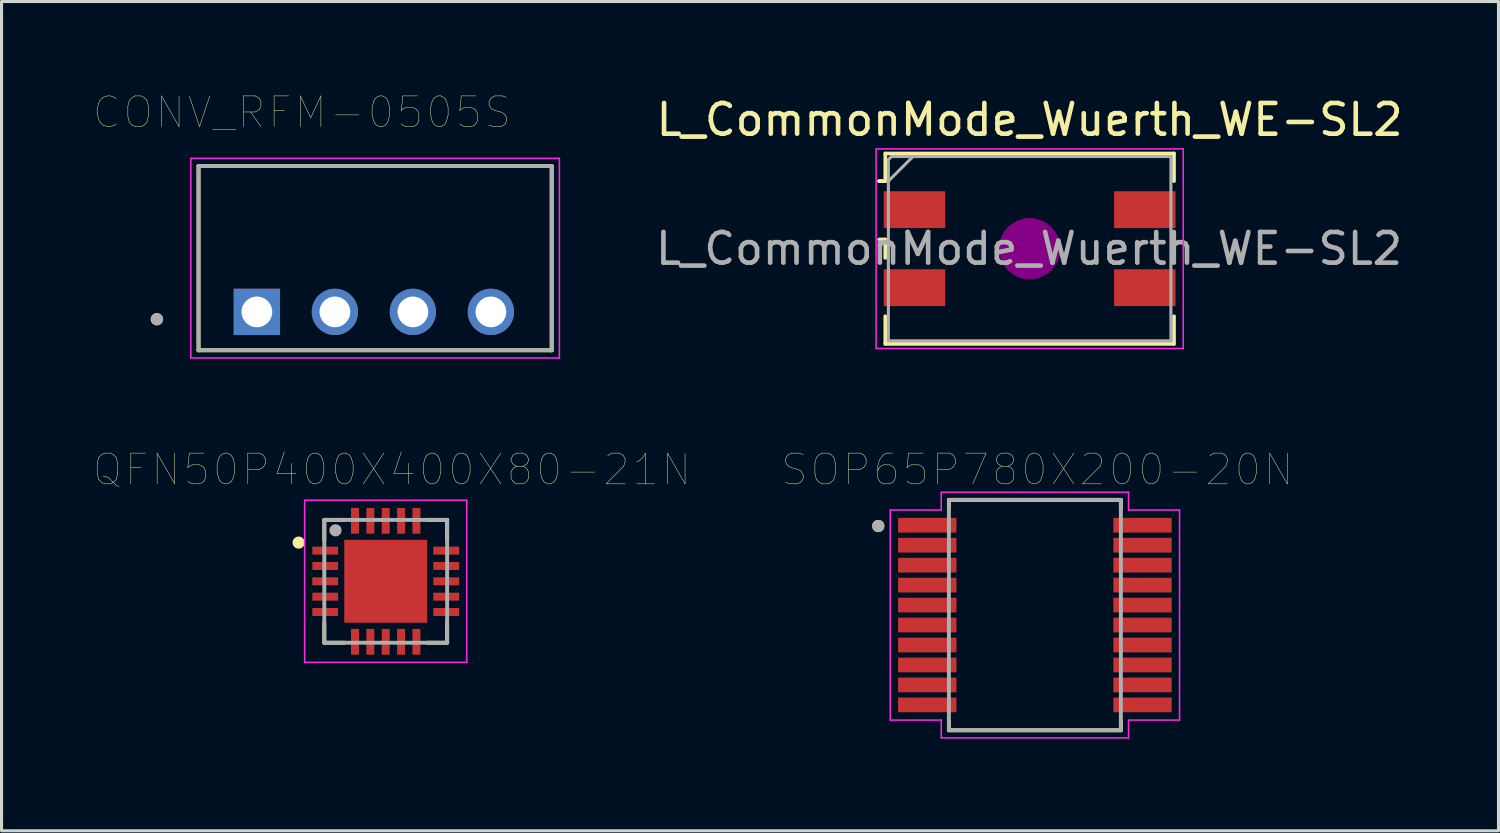
<source format=kicad_pcb>
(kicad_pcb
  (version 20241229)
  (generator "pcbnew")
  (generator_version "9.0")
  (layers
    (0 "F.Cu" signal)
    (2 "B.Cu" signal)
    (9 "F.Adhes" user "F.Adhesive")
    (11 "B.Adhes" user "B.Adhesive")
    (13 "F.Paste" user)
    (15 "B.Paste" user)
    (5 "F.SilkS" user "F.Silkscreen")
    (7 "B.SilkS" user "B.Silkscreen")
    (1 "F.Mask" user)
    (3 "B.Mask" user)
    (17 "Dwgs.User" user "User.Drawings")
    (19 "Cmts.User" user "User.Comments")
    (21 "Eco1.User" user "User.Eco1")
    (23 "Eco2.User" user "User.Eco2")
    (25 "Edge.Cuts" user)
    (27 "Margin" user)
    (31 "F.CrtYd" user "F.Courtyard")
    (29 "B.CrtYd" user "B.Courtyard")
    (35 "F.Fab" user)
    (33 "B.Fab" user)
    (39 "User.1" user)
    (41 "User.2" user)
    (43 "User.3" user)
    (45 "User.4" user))
  (footprint "SOP65P780X200-20N"
    (layer "F.Cu")
    (at 30.649 16.978)
    (property "Reference" "SOP65P780X200-20N" (at 0.075 -4.735 0) (layer "F.SilkS") (effects (font (size 1 1) (thickness 0.015))))
    (attr through_hole)
    (fp_line (start -2.8 -3.75) (end 2.8 -3.75) (stroke (width 0.127) (type solid)) (layer "F.SilkS"))
    (fp_line (start -2.8 -3.47) (end -2.8 -3.75) (stroke (width 0.127) (type solid)) (layer "F.SilkS"))
    (fp_line (start -2.8 3.75) (end -2.8 3.47) (stroke (width 0.127) (type solid)) (layer "F.SilkS"))
    (fp_line (start 2.8 -3.75) (end 2.8 -3.47) (stroke (width 0.127) (type solid)) (layer "F.SilkS"))
    (fp_line (start 2.8 3.47) (end 2.8 3.75) (stroke (width 0.127) (type solid)) (layer "F.SilkS"))
    (fp_line (start 2.8 3.75) (end -2.8 3.75) (stroke (width 0.127) (type solid)) (layer "F.SilkS"))
    (fp_circle (center -5.1 -2.9) (end -5 -2.9) (stroke (width 0.2) (type solid)) (fill no) (layer "F.SilkS"))
    (fp_line (start -4.71 -3.42) (end -3.05 -3.42) (stroke (width 0.05) (type solid)) (layer "F.CrtYd"))
    (fp_line (start -4.71 3.42) (end -4.71 -3.42) (stroke (width 0.05) (type solid)) (layer "F.CrtYd"))
    (fp_line (start -3.05 -4) (end 3.05 -4) (stroke (width 0.05) (type solid)) (layer "F.CrtYd"))
    (fp_line (start -3.05 -3.42) (end -3.05 -4) (stroke (width 0.05) (type solid)) (layer "F.CrtYd"))
    (fp_line (start -3.05 3.42) (end -4.71 3.42) (stroke (width 0.05) (type solid)) (layer "F.CrtYd"))
    (fp_line (start -3.05 4) (end -3.05 3.42) (stroke (width 0.05) (type solid)) (layer "F.CrtYd"))
    (fp_line (start 3.05 -4) (end 3.05 -3.42) (stroke (width 0.05) (type solid)) (layer "F.CrtYd"))
    (fp_line (start 3.05 -3.42) (end 4.71 -3.42) (stroke (width 0.05) (type solid)) (layer "F.CrtYd"))
    (fp_line (start 3.05 3.42) (end 3.05 4) (stroke (width 0.05) (type solid)) (layer "F.CrtYd"))
    (fp_line (start 3.05 4) (end -3.05 4) (stroke (width 0.05) (type solid)) (layer "F.CrtYd"))
    (fp_line (start 4.71 -3.42) (end 4.71 3.42) (stroke (width 0.05) (type solid)) (layer "F.CrtYd"))
    (fp_line (start 4.71 3.42) (end 3.05 3.42) (stroke (width 0.05) (type solid)) (layer "F.CrtYd"))
    (fp_line (start -2.8 -3.75) (end 2.8 -3.75) (stroke (width 0.127) (type solid)) (layer "F.Fab"))
    (fp_line (start -2.8 3.75) (end -2.8 -3.75) (stroke (width 0.127) (type solid)) (layer "F.Fab"))
    (fp_line (start 2.8 -3.75) (end 2.8 3.75) (stroke (width 0.127) (type solid)) (layer "F.Fab"))
    (fp_line (start 2.8 3.75) (end -2.8 3.75) (stroke (width 0.127) (type solid)) (layer "F.Fab"))
    (fp_circle (center -5.1 -2.9) (end -5 -2.9) (stroke (width 0.2) (type solid)) (fill no) (layer "F.Fab"))
    (pad "1" smd rect (at -3.505 -2.925) (size 1.9 0.48) (layers "F.Cu" "F.Mask" "F.Paste"))
    (pad "2" smd rect (at -3.505 -2.275) (size 1.9 0.48) (layers "F.Cu" "F.Mask" "F.Paste"))
    (pad "3" smd rect (at -3.505 -1.625) (size 1.9 0.48) (layers "F.Cu" "F.Mask" "F.Paste"))
    (pad "4" smd rect (at -3.505 -0.975) (size 1.9 0.48) (layers "F.Cu" "F.Mask" "F.Paste"))
    (pad "5" smd rect (at -3.505 -0.325) (size 1.9 0.48) (layers "F.Cu" "F.Mask" "F.Paste"))
    (pad "6" smd rect (at -3.505 0.325) (size 1.9 0.48) (layers "F.Cu" "F.Mask" "F.Paste"))
    (pad "7" smd rect (at -3.505 0.975) (size 1.9 0.48) (layers "F.Cu" "F.Mask" "F.Paste"))
    (pad "8" smd rect (at -3.505 1.625) (size 1.9 0.48) (layers "F.Cu" "F.Mask" "F.Paste"))
    (pad "9" smd rect (at -3.505 2.275) (size 1.9 0.48) (layers "F.Cu" "F.Mask" "F.Paste"))
    (pad "10" smd rect (at -3.505 2.925) (size 1.9 0.48) (layers "F.Cu" "F.Mask" "F.Paste"))
    (pad "11" smd rect (at 3.505 2.925) (size 1.9 0.48) (layers "F.Cu" "F.Mask" "F.Paste"))
    (pad "12" smd rect (at 3.505 2.275) (size 1.9 0.48) (layers "F.Cu" "F.Mask" "F.Paste"))
    (pad "13" smd rect (at 3.505 1.625) (size 1.9 0.48) (layers "F.Cu" "F.Mask" "F.Paste"))
    (pad "14" smd rect (at 3.505 0.975) (size 1.9 0.48) (layers "F.Cu" "F.Mask" "F.Paste"))
    (pad "15" smd rect (at 3.505 0.325) (size 1.9 0.48) (layers "F.Cu" "F.Mask" "F.Paste"))
    (pad "16" smd rect (at 3.505 -0.325) (size 1.9 0.48) (layers "F.Cu" "F.Mask" "F.Paste"))
    (pad "17" smd rect (at 3.505 -0.975) (size 1.9 0.48) (layers "F.Cu" "F.Mask" "F.Paste"))
    (pad "18" smd rect (at 3.505 -1.625) (size 1.9 0.48) (layers "F.Cu" "F.Mask" "F.Paste"))
    (pad "19" smd rect (at 3.505 -2.275) (size 1.9 0.48) (layers "F.Cu" "F.Mask" "F.Paste"))
    (pad "20" smd rect (at 3.505 -2.925) (size 1.9 0.48) (layers "F.Cu" "F.Mask" "F.Paste")))
  (footprint "L_CommonMode_Wuerth_WE-SL2"
    (layer "F.Cu")
    (at 30.478 5.048)
    (property "Reference" "L_CommonMode_Wuerth_WE-SL2" (at 0 -4.2 0) (layer "F.SilkS") (effects (font (size 1 1) (thickness 0.15))))
    (attr smd)
    (fp_line (start -4.9 -2.2) (end -4.8 -2.2) (stroke (width 0.12) (type solid)) (layer "F.SilkS"))
    (fp_line (start -4.9 -0.3) (end -4.7 -0.3) (stroke (width 0.12) (type solid)) (layer "F.SilkS"))
    (fp_line (start -4.7 -3.1) (end -4.7 -2.2) (stroke (width 0.12) (type solid)) (layer "F.SilkS"))
    (fp_line (start -4.7 -3.1) (end 4.7 -3.1) (stroke (width 0.12) (type solid)) (layer "F.SilkS"))
    (fp_line (start -4.7 -2.2) (end -4.9 -2.2) (stroke (width 0.12) (type solid)) (layer "F.SilkS"))
    (fp_line (start -4.7 -0.3) (end -4.7 0.3) (stroke (width 0.12) (type solid)) (layer "F.SilkS"))
    (fp_line (start -4.7 3.1) (end -4.7 2.2) (stroke (width 0.12) (type solid)) (layer "F.SilkS"))
    (fp_line (start 4.7 -3.1) (end 4.7 -2.2) (stroke (width 0.12) (type solid)) (layer "F.SilkS"))
    (fp_line (start 4.7 -0.3) (end 4.7 0.3) (stroke (width 0.12) (type solid)) (layer "F.SilkS"))
    (fp_line (start 4.7 3.1) (end -4.7 3.1) (stroke (width 0.12) (type solid)) (layer "F.SilkS"))
    (fp_line (start 4.7 3.1) (end 4.7 2.2) (stroke (width 0.12) (type solid)) (layer "F.SilkS"))
    (fp_circle (center 0 0) (end 0.5 0) (stroke (width 1) (type solid)) (fill no) (layer "F.Adhes"))
    (fp_line (start -5 -3.25) (end 5 -3.25) (stroke (width 0.05) (type solid)) (layer "F.CrtYd"))
    (fp_line (start -5 3.25) (end -5 -3.25) (stroke (width 0.05) (type solid)) (layer "F.CrtYd"))
    (fp_line (start 5 -3.25) (end 5 3.25) (stroke (width 0.05) (type solid)) (layer "F.CrtYd"))
    (fp_line (start 5 3.25) (end -5 3.25) (stroke (width 0.05) (type solid)) (layer "F.CrtYd"))
    (fp_line (start -4.6 -2.9) (end -4.5 -3) (stroke (width 0.1) (type solid)) (layer "F.Fab"))
    (fp_line (start -4.6 -2.2) (end -3.8 -3) (stroke (width 0.1) (type solid)) (layer "F.Fab"))
    (fp_line (start -4.6 -2) (end -4.6 -2.9) (stroke (width 0.1) (type solid)) (layer "F.Fab"))
    (fp_line (start -4.6 -2) (end -4.6 3) (stroke (width 0.1) (type solid)) (layer "F.Fab"))
    (fp_line (start -4.5 -3) (end -3.6 -3) (stroke (width 0.1) (type solid)) (layer "F.Fab"))
    (fp_line (start -3.6 -3) (end 4.6 -3) (stroke (width 0.1) (type solid)) (layer "F.Fab"))
    (fp_line (start 4.6 -3) (end 4.6 3) (stroke (width 0.1) (type solid)) (layer "F.Fab"))
    (fp_line (start 4.6 3) (end -4.6 3) (stroke (width 0.1) (type solid)) (layer "F.Fab"))
    (fp_text user "${REFERENCE}" (at -0.02 0 0) (layer "F.Fab") (effects (font (size 1 1) (thickness 0.15))))
    (pad "1" smd rect (at -3.75 -1.27) (size 2 1.2) (layers "F.Cu" "F.Mask" "F.Paste"))
    (pad "2" smd rect (at 3.75 -1.27) (size 2 1.2) (layers "F.Cu" "F.Mask" "F.Paste"))
    (pad "3" smd rect (at -3.75 1.27) (size 2 1.2) (layers "F.Cu" "F.Mask" "F.Paste"))
    (pad "4" smd rect (at 3.75 1.27) (size 2 1.2) (layers "F.Cu" "F.Mask" "F.Paste")))
  (footprint "CONV_RFM-0505S"
    (layer "F.Cu")
    (at 9.165 5.356)
    (property "Reference" "CONV_RFM-0505S" (at -2.385 -4.745 0) (layer "F.SilkS") (effects (font (size 1 1) (thickness 0.015))))
    (attr through_hole)
    (fp_line (start -5.75 -3) (end -5.75 3) (stroke (width 0.127) (type solid)) (layer "F.SilkS"))
    (fp_line (start -5.75 3) (end 5.75 3) (stroke (width 0.127) (type solid)) (layer "F.SilkS"))
    (fp_line (start 5.75 -3) (end -5.75 -3) (stroke (width 0.127) (type solid)) (layer "F.SilkS"))
    (fp_line (start 5.75 3) (end 5.75 -3) (stroke (width 0.127) (type solid)) (layer "F.SilkS"))
    (fp_circle (center -7.11 1.99) (end -7.01 1.99) (stroke (width 0.2) (type solid)) (fill no) (layer "F.SilkS"))
    (fp_line (start -6 -3.25) (end -6 3.25) (stroke (width 0.05) (type solid)) (layer "F.CrtYd"))
    (fp_line (start -6 3.25) (end 6 3.25) (stroke (width 0.05) (type solid)) (layer "F.CrtYd"))
    (fp_line (start 6 -3.25) (end -6 -3.25) (stroke (width 0.05) (type solid)) (layer "F.CrtYd"))
    (fp_line (start 6 3.25) (end 6 -3.25) (stroke (width 0.05) (type solid)) (layer "F.CrtYd"))
    (fp_line (start -5.75 -3) (end -5.75 3) (stroke (width 0.127) (type solid)) (layer "F.Fab"))
    (fp_line (start -5.75 3) (end 5.75 3) (stroke (width 0.127) (type solid)) (layer "F.Fab"))
    (fp_line (start 5.75 -3) (end -5.75 -3) (stroke (width 0.127) (type solid)) (layer "F.Fab"))
    (fp_line (start 5.75 3) (end 5.75 -3) (stroke (width 0.127) (type solid)) (layer "F.Fab"))
    (fp_circle (center -7.1 1.99) (end -7 1.99) (stroke (width 0.2) (type solid)) (fill no) (layer "F.Fab"))
    (pad "1" thru_hole rect (at -3.85 1.75) (size 1.508 1.508) (drill 1) (layers "*.Cu" "*.Mask"))
    (pad "2" thru_hole circle (at -1.31 1.75) (size 1.508 1.508) (drill 1) (layers "*.Cu" "*.Mask"))
    (pad "3" thru_hole circle (at 1.23 1.75) (size 1.508 1.508) (drill 1) (layers "*.Cu" "*.Mask"))
    (pad "4" thru_hole circle (at 3.77 1.75) (size 1.508 1.508) (drill 1) (layers "*.Cu" "*.Mask")))
  (footprint "QFN50P400X400X80-21N"
    (layer "F.Cu")
    (at 9.51 15.879)
    (property "Reference" "QFN50P400X400X80-21N" (at 0.2 -3.636 0) (layer "F.SilkS") (effects (font (size 1 1) (thickness 0.015))))
    (attr through_hole)
    (fp_line (start -2 -2) (end -2 -1.35) (stroke (width 0.127) (type solid)) (layer "F.SilkS"))
    (fp_line (start -2 -2) (end -1.35 -2) (stroke (width 0.127) (type solid)) (layer "F.SilkS"))
    (fp_line (start -2 2) (end -2 1.35) (stroke (width 0.127) (type solid)) (layer "F.SilkS"))
    (fp_line (start -2 2) (end -1.35 2) (stroke (width 0.127) (type solid)) (layer "F.SilkS"))
    (fp_line (start 2 -2) (end 1.35 -2) (stroke (width 0.127) (type solid)) (layer "F.SilkS"))
    (fp_line (start 2 -2) (end 2 -1.35) (stroke (width 0.127) (type solid)) (layer "F.SilkS"))
    (fp_line (start 2 2) (end 1.35 2) (stroke (width 0.127) (type solid)) (layer "F.SilkS"))
    (fp_line (start 2 2) (end 2 1.35) (stroke (width 0.127) (type solid)) (layer "F.SilkS"))
    (fp_circle (center -2.835 -1.26) (end -2.735 -1.26) (stroke (width 0.2) (type solid)) (fill no) (layer "F.SilkS"))
    (fp_poly (pts (xy -1.092 0.13) (xy -0.13 0.13) (xy -0.13 1.092) (xy -1.092 1.092)) (stroke (width 0.01) (type solid)) (fill yes) (layer "F.Paste"))
    (fp_poly (pts (xy -1.091 -1.09) (xy -0.13 -1.09) (xy -0.13 -0.13) (xy -1.091 -0.13)) (stroke (width 0.01) (type solid)) (fill yes) (layer "F.Paste"))
    (fp_poly (pts (xy 0.13 -1.09) (xy 1.09 -1.09) (xy 1.09 -0.13) (xy 0.13 -0.13)) (stroke (width 0.01) (type solid)) (fill yes) (layer "F.Paste"))
    (fp_poly (pts (xy 0.13 0.13) (xy 1.09 0.13) (xy 1.09 1.092) (xy 0.13 1.092)) (stroke (width 0.01) (type solid)) (fill yes) (layer "F.Paste"))
    (fp_line (start -2.64 -2.64) (end 2.64 -2.64) (stroke (width 0.05) (type solid)) (layer "F.CrtYd"))
    (fp_line (start -2.64 2.64) (end -2.64 -2.64) (stroke (width 0.05) (type solid)) (layer "F.CrtYd"))
    (fp_line (start -2.64 2.64) (end 2.64 2.64) (stroke (width 0.05) (type solid)) (layer "F.CrtYd"))
    (fp_line (start 2.64 2.64) (end 2.64 -2.64) (stroke (width 0.05) (type solid)) (layer "F.CrtYd"))
    (fp_line (start -2 2) (end -2 -2) (stroke (width 0.127) (type solid)) (layer "F.Fab"))
    (fp_line (start 2 -2) (end -2 -2) (stroke (width 0.127) (type solid)) (layer "F.Fab"))
    (fp_line (start 2 2) (end -2 2) (stroke (width 0.127) (type solid)) (layer "F.Fab"))
    (fp_line (start 2 2) (end 2 -2) (stroke (width 0.127) (type solid)) (layer "F.Fab"))
    (fp_circle (center -1.635 -1.66) (end -1.535 -1.66) (stroke (width 0.2) (type solid)) (fill no) (layer "F.Fab"))
    (pad "1" smd rect (at -1.97 -1) (size 0.84 0.26) (layers "F.Cu" "F.Mask" "F.Paste"))
    (pad "2" smd rect (at -1.97 -0.5) (size 0.84 0.26) (layers "F.Cu" "F.Mask" "F.Paste"))
    (pad "3" smd rect (at -1.97 0) (size 0.84 0.26) (layers "F.Cu" "F.Mask" "F.Paste"))
    (pad "4" smd rect (at -1.97 0.5) (size 0.84 0.26) (layers "F.Cu" "F.Mask" "F.Paste"))
    (pad "5" smd rect (at -1.97 1) (size 0.84 0.26) (layers "F.Cu" "F.Mask" "F.Paste"))
    (pad "6" smd rect (at -1 1.97) (size 0.26 0.84) (layers "F.Cu" "F.Mask" "F.Paste"))
    (pad "7" smd rect (at -0.5 1.97) (size 0.26 0.84) (layers "F.Cu" "F.Mask" "F.Paste"))
    (pad "8" smd rect (at 0 1.97) (size 0.26 0.84) (layers "F.Cu" "F.Mask" "F.Paste"))
    (pad "9" smd rect (at 0.5 1.97) (size 0.26 0.84) (layers "F.Cu" "F.Mask" "F.Paste"))
    (pad "10" smd rect (at 1 1.97) (size 0.26 0.84) (layers "F.Cu" "F.Mask" "F.Paste"))
    (pad "11" smd rect (at 1.97 1) (size 0.84 0.26) (layers "F.Cu" "F.Mask" "F.Paste"))
    (pad "12" smd rect (at 1.97 0.5) (size 0.84 0.26) (layers "F.Cu" "F.Mask" "F.Paste"))
    (pad "13" smd rect (at 1.97 0) (size 0.84 0.26) (layers "F.Cu" "F.Mask" "F.Paste"))
    (pad "14" smd rect (at 1.97 -0.5) (size 0.84 0.26) (layers "F.Cu" "F.Mask" "F.Paste"))
    (pad "15" smd rect (at 1.97 -1) (size 0.84 0.26) (layers "F.Cu" "F.Mask" "F.Paste"))
    (pad "16" smd rect (at 1 -1.97) (size 0.26 0.84) (layers "F.Cu" "F.Mask" "F.Paste"))
    (pad "17" smd rect (at 0.5 -1.97) (size 0.26 0.84) (layers "F.Cu" "F.Mask" "F.Paste"))
    (pad "18" smd rect (at 0 -1.97) (size 0.26 0.84) (layers "F.Cu" "F.Mask" "F.Paste"))
    (pad "19" smd rect (at -0.5 -1.97) (size 0.26 0.84) (layers "F.Cu" "F.Mask" "F.Paste"))
    (pad "20" smd rect (at -1 -1.97) (size 0.26 0.84) (layers "F.Cu" "F.Mask" "F.Paste"))
    (pad "21" smd rect (at 0 0) (size 2.7 2.7) (layers "F.Cu" "F.Mask")))
  (gr_rect
    (start -3 -3)
    (end 45.745 24.003)
    (stroke (width 0.1) (type default))
    (fill no)
    (layer "Edge.Cuts")))
</source>
